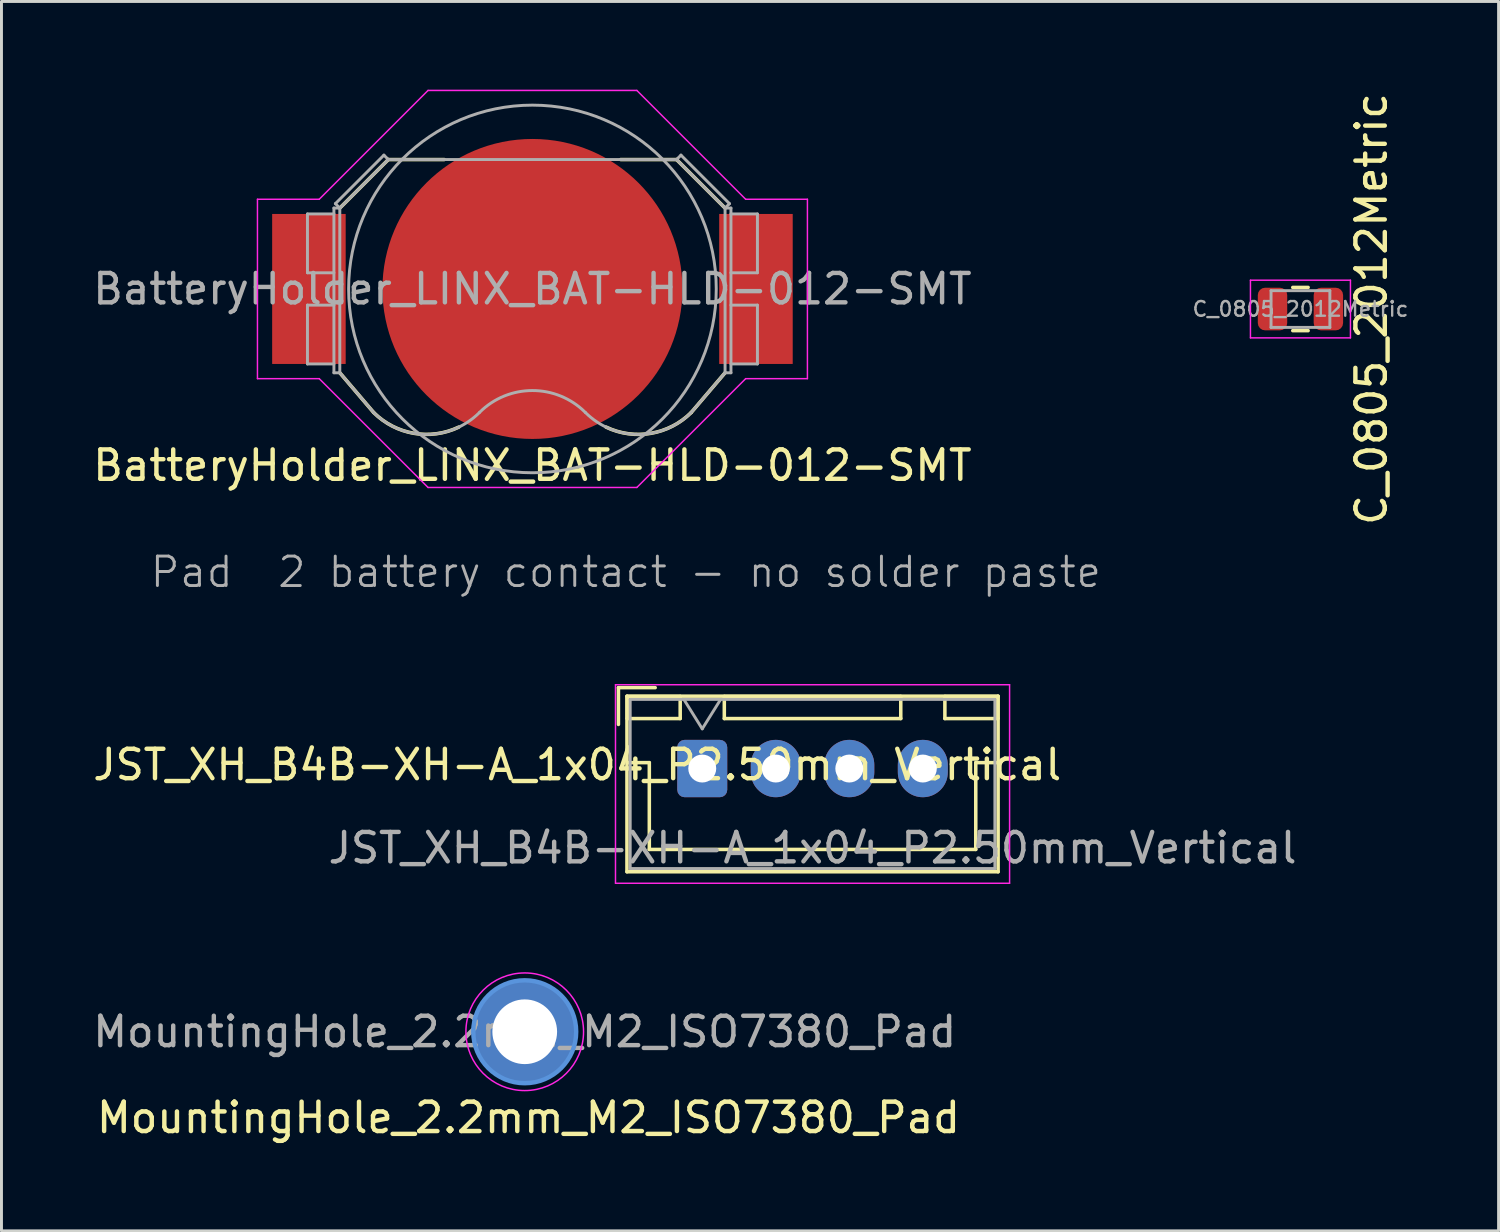
<source format=kicad_pcb>
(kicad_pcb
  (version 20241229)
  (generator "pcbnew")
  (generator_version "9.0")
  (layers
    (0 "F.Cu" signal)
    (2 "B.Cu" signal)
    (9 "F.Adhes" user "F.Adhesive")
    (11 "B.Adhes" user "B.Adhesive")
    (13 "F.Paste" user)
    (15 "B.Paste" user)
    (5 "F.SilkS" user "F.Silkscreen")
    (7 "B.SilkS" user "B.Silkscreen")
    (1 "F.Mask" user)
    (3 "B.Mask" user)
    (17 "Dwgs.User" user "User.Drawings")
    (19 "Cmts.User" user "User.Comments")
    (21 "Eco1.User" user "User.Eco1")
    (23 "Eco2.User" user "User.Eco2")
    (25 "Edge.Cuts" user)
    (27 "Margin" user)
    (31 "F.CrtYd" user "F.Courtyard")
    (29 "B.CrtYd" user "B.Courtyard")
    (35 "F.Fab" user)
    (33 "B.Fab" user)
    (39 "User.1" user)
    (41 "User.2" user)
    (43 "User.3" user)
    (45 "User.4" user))
  (footprint "MountingHole_2.2mm_M2_ISO7380_Pad"
    (layer "F.Cu")
    (at 14.792 32.032)
    (property "Reference" "MountingHole_2.2mm_M2_ISO7380_Pad" (at 0.127 2.921 0) (layer "F.SilkS") (effects (font (size 1 1) (thickness 0.15))))
    (attr exclude_from_pos_files)
    (fp_circle (center 0 0) (end 1.75 0) (stroke (width 0.15) (type solid)) (fill no) (layer "Cmts.User"))
    (fp_circle (center 0 0) (end 2 0) (stroke (width 0.05) (type solid)) (fill no) (layer "F.CrtYd"))
    (fp_text user "${REFERENCE}" (at 0 0 0) (layer "F.Fab") (effects (font (size 1 1) (thickness 0.15))))
    (pad "1" thru_hole circle (at 0 0) (size 3.5 3.5) (drill 2.2) (layers "*.Cu" "*.Mask")))
  (footprint "C_0805_2012Metric"
    (layer "F.Cu")
    (at 41.168 7.458)
    (property "Reference" "C_0805_2012Metric" (at 2.413 0 90) (layer "F.SilkS") (effects (font (size 1 1) (thickness 0.15))))
    (attr smd)
    (fp_line (start -0.261 -0.735) (end 0.261 -0.735) (stroke (width 0.12) (type solid)) (layer "F.SilkS"))
    (fp_line (start -0.261 0.735) (end 0.261 0.735) (stroke (width 0.12) (type solid)) (layer "F.SilkS"))
    (fp_line (start -1.7 -0.98) (end 1.7 -0.98) (stroke (width 0.05) (type solid)) (layer "F.CrtYd"))
    (fp_line (start -1.7 0.98) (end -1.7 -0.98) (stroke (width 0.05) (type solid)) (layer "F.CrtYd"))
    (fp_line (start 1.7 -0.98) (end 1.7 0.98) (stroke (width 0.05) (type solid)) (layer "F.CrtYd"))
    (fp_line (start 1.7 0.98) (end -1.7 0.98) (stroke (width 0.05) (type solid)) (layer "F.CrtYd"))
    (fp_line (start -1 -0.625) (end 1 -0.625) (stroke (width 0.1) (type solid)) (layer "F.Fab"))
    (fp_line (start -1 0.625) (end -1 -0.625) (stroke (width 0.1) (type solid)) (layer "F.Fab"))
    (fp_line (start 1 -0.625) (end 1 0.625) (stroke (width 0.1) (type solid)) (layer "F.Fab"))
    (fp_line (start 1 0.625) (end -1 0.625) (stroke (width 0.1) (type solid)) (layer "F.Fab"))
    (fp_text user "${REFERENCE}" (at 0 0 180) (layer "F.Fab") (effects (font (size 0.5 0.5) (thickness 0.08))))
    (pad "1" smd roundrect (at -0.95 0) (size 1 1.45) (layers "F.Cu" "F.Mask" "F.Paste") (roundrect_rratio 0.25))
    (pad "2" smd roundrect (at 0.95 0) (size 1 1.45) (layers "F.Cu" "F.Mask" "F.Paste") (roundrect_rratio 0.25)))
  (footprint "BatteryHolder_LINX_BAT-HLD-012-SMT"
    (layer "F.Cu")
    (at 15.054 6.775)
    (property "Reference" "BatteryHolder_LINX_BAT-HLD-012-SMT" (at 0 6 0) (layer "F.SilkS") (effects (font (size 1 1) (thickness 0.15))))
    (attr smd)
    (fp_line (start -6.55 -2.75) (end -4.9 -4.4) (stroke (width 0.12) (type solid)) (layer "F.SilkS"))
    (fp_line (start -6.55 2.85) (end -5.4 4.2) (stroke (width 0.12) (type solid)) (layer "F.SilkS"))
    (fp_line (start -4.9 -4.4) (end -3 -4.4) (stroke (width 0.12) (type solid)) (layer "F.SilkS"))
    (fp_line (start 4.9 -4.4) (end 3 -4.4) (stroke (width 0.12) (type solid)) (layer "F.SilkS"))
    (fp_line (start 4.9 -4.4) (end 6.55 -2.75) (stroke (width 0.12) (type solid)) (layer "F.SilkS"))
    (fp_line (start 6.55 2.85) (end 5.4 4.2) (stroke (width 0.12) (type solid)) (layer "F.SilkS"))
    (fp_arc (start -2.504098 4.697607) (mid -4.031094 4.908816) (end -5.4 4.2) (stroke (width 0.12) (type solid)) (layer "F.SilkS"))
    (fp_arc (start 5.4 4.2) (mid 4.029781 4.909041) (end 2.501694 4.696459) (stroke (width 0.12) (type solid)) (layer "F.SilkS"))
    (fp_line (start -9.35 -3.05) (end -7.25 -3.05) (stroke (width 0.05) (type solid)) (layer "F.CrtYd"))
    (fp_line (start -9.35 3.05) (end -9.35 -3.05) (stroke (width 0.05) (type solid)) (layer "F.CrtYd"))
    (fp_line (start -9.35 3.05) (end -7.25 3.05) (stroke (width 0.05) (type solid)) (layer "F.CrtYd"))
    (fp_line (start -7.25 -3.05) (end -3.55 -6.75) (stroke (width 0.05) (type solid)) (layer "F.CrtYd"))
    (fp_line (start -3.55 -6.75) (end 3.55 -6.75) (stroke (width 0.05) (type solid)) (layer "F.CrtYd"))
    (fp_line (start -3.55 6.75) (end -7.25 3.05) (stroke (width 0.05) (type solid)) (layer "F.CrtYd"))
    (fp_line (start -3.55 6.75) (end 3.55 6.75) (stroke (width 0.05) (type solid)) (layer "F.CrtYd"))
    (fp_line (start 3.55 -6.75) (end 7.25 -3.05) (stroke (width 0.05) (type solid)) (layer "F.CrtYd"))
    (fp_line (start 3.55 6.75) (end 7.25 3.05) (stroke (width 0.05) (type solid)) (layer "F.CrtYd"))
    (fp_line (start 7.25 -3.05) (end 9.35 -3.05) (stroke (width 0.05) (type solid)) (layer "F.CrtYd"))
    (fp_line (start 9.35 -3.05) (end 9.35 3.05) (stroke (width 0.05) (type solid)) (layer "F.CrtYd"))
    (fp_line (start 9.35 3.05) (end 7.25 3.05) (stroke (width 0.05) (type solid)) (layer "F.CrtYd"))
    (fp_line (start -7.65 -2.55) (end -7.65 -0.55) (stroke (width 0.1) (type solid)) (layer "F.Fab"))
    (fp_line (start -7.65 -2.55) (end -6.75 -2.55) (stroke (width 0.1) (type solid)) (layer "F.Fab"))
    (fp_line (start -7.65 -0.55) (end -6.75 -0.55) (stroke (width 0.1) (type solid)) (layer "F.Fab"))
    (fp_line (start -7.65 0.55) (end -7.65 2.55) (stroke (width 0.1) (type solid)) (layer "F.Fab"))
    (fp_line (start -7.65 2.55) (end -6.75 2.55) (stroke (width 0.1) (type solid)) (layer "F.Fab"))
    (fp_line (start -6.75 -2.75) (end -6.55 -2.75) (stroke (width 0.1) (type solid)) (layer "F.Fab"))
    (fp_line (start -6.75 0.55) (end -7.65 0.55) (stroke (width 0.1) (type solid)) (layer "F.Fab"))
    (fp_line (start -6.75 2.85) (end -6.75 -2.75) (stroke (width 0.1) (type solid)) (layer "F.Fab"))
    (fp_line (start -6.75 2.85) (end -6.55 2.85) (stroke (width 0.1) (type solid)) (layer "F.Fab"))
    (fp_line (start -6.7 -2.9) (end -5.05 -4.55) (stroke (width 0.1) (type solid)) (layer "F.Fab"))
    (fp_line (start -6.55 -2.75) (end -6.7 -2.9) (stroke (width 0.1) (type solid)) (layer "F.Fab"))
    (fp_line (start -6.55 -2.75) (end -4.9 -4.4) (stroke (width 0.1) (type solid)) (layer "F.Fab"))
    (fp_line (start -6.55 2.85) (end -6.55 -2.75) (stroke (width 0.1) (type solid)) (layer "F.Fab"))
    (fp_line (start -6.55 2.85) (end -5.4 4.2) (stroke (width 0.1) (type solid)) (layer "F.Fab"))
    (fp_line (start -5.05 -4.55) (end -4.9 -4.4) (stroke (width 0.1) (type solid)) (layer "F.Fab"))
    (fp_line (start 4.9 -4.4) (end -4.9 -4.4) (stroke (width 0.1) (type solid)) (layer "F.Fab"))
    (fp_line (start 5.05 -4.55) (end 4.9 -4.4) (stroke (width 0.1) (type solid)) (layer "F.Fab"))
    (fp_line (start 6.55 -2.75) (end 4.9 -4.4) (stroke (width 0.1) (type solid)) (layer "F.Fab"))
    (fp_line (start 6.55 -2.75) (end 6.7 -2.9) (stroke (width 0.1) (type solid)) (layer "F.Fab"))
    (fp_line (start 6.55 -2.75) (end 6.75 -2.75) (stroke (width 0.1) (type solid)) (layer "F.Fab"))
    (fp_line (start 6.55 2.85) (end 5.4 4.2) (stroke (width 0.1) (type solid)) (layer "F.Fab"))
    (fp_line (start 6.55 2.85) (end 6.55 -2.75) (stroke (width 0.1) (type solid)) (layer "F.Fab"))
    (fp_line (start 6.7 -2.9) (end 5.05 -4.55) (stroke (width 0.1) (type solid)) (layer "F.Fab"))
    (fp_line (start 6.75 -0.55) (end 7.65 -0.55) (stroke (width 0.1) (type solid)) (layer "F.Fab"))
    (fp_line (start 6.75 2.55) (end 7.65 2.55) (stroke (width 0.1) (type solid)) (layer "F.Fab"))
    (fp_line (start 6.75 2.85) (end 6.55 2.85) (stroke (width 0.1) (type solid)) (layer "F.Fab"))
    (fp_line (start 6.75 2.85) (end 6.75 -2.75) (stroke (width 0.1) (type solid)) (layer "F.Fab"))
    (fp_line (start 7.65 -2.55) (end 6.75 -2.55) (stroke (width 0.1) (type solid)) (layer "F.Fab"))
    (fp_line (start 7.65 -0.55) (end 7.65 -2.55) (stroke (width 0.1) (type solid)) (layer "F.Fab"))
    (fp_line (start 7.65 0.55) (end 6.75 0.55) (stroke (width 0.1) (type solid)) (layer "F.Fab"))
    (fp_line (start 7.65 2.55) (end 7.65 0.55) (stroke (width 0.1) (type solid)) (layer "F.Fab"))
    (fp_arc (start -1.8 4.2) (mid -3.6 4.945584) (end -5.4 4.2) (stroke (width 0.1) (type solid)) (layer "F.Fab"))
    (fp_arc (start -1.8 4.2) (mid 0 3.454416) (end 1.8 4.2) (stroke (width 0.1) (type solid)) (layer "F.Fab"))
    (fp_arc (start 5.4 4.2) (mid 3.6 4.945584) (end 1.8 4.2) (stroke (width 0.1) (type solid)) (layer "F.Fab"))
    (fp_circle (center 0 0) (end -6.25 0) (stroke (width 0.1) (type solid)) (fill no) (layer "F.Fab"))
    (fp_text user "Pad  2 battery contact - no solder paste" (at -13.056 10.211 0) (unlocked yes) (layer "F.Fab") (effects (font (size 1 1) (thickness 0.1)) (justify left bottom)))
    (fp_text user "${REFERENCE}" (at 0 0 0) (layer "F.Fab") (effects (font (size 1 1) (thickness 0.15))))
    (pad "1" smd rect (at -7.6 0) (size 2.5 5.1) (layers "F.Cu" "F.Mask" "F.Paste"))
    (pad "1" smd rect (at 7.6 0) (size 2.5 5.1) (layers "F.Cu" "F.Mask" "F.Paste"))
    (pad "2" smd circle (at 0 0) (size 10.2 10.2) (layers "F.Cu" "F.Mask")))
  (footprint "JST_XH_B4B-XH-A_1x04_P2.50mm_Vertical"
    (layer "F.Cu")
    (at 20.828 23.082)
    (property "Reference" "JST_XH_B4B-XH-A_1x04_P2.50mm_Vertical" (at -4.251 -0.127 180) (layer "F.SilkS") (effects (font (size 1 1) (thickness 0.15))))
    (attr through_hole)
    (fp_line (start -2.85 -2.75) (end -2.85 -1.5) (stroke (width 0.12) (type solid)) (layer "F.SilkS"))
    (fp_line (start -2.56 -2.46) (end -2.56 3.51) (stroke (width 0.12) (type solid)) (layer "F.SilkS"))
    (fp_line (start -2.56 3.51) (end 10.06 3.51) (stroke (width 0.12) (type solid)) (layer "F.SilkS"))
    (fp_line (start -2.55 -2.45) (end -2.55 -1.7) (stroke (width 0.12) (type solid)) (layer "F.SilkS"))
    (fp_line (start -2.55 -1.7) (end -0.75 -1.7) (stroke (width 0.12) (type solid)) (layer "F.SilkS"))
    (fp_line (start -2.55 -0.2) (end -1.8 -0.2) (stroke (width 0.12) (type solid)) (layer "F.SilkS"))
    (fp_line (start -1.8 -0.2) (end -1.8 2.75) (stroke (width 0.12) (type solid)) (layer "F.SilkS"))
    (fp_line (start -1.8 2.75) (end 3.75 2.75) (stroke (width 0.12) (type solid)) (layer "F.SilkS"))
    (fp_line (start -1.6 -2.75) (end -2.85 -2.75) (stroke (width 0.12) (type solid)) (layer "F.SilkS"))
    (fp_line (start -0.75 -2.45) (end -2.55 -2.45) (stroke (width 0.12) (type solid)) (layer "F.SilkS"))
    (fp_line (start -0.75 -1.7) (end -0.75 -2.45) (stroke (width 0.12) (type solid)) (layer "F.SilkS"))
    (fp_line (start 0.75 -2.45) (end 0.75 -1.7) (stroke (width 0.12) (type solid)) (layer "F.SilkS"))
    (fp_line (start 0.75 -1.7) (end 6.75 -1.7) (stroke (width 0.12) (type solid)) (layer "F.SilkS"))
    (fp_line (start 6.75 -2.45) (end 0.75 -2.45) (stroke (width 0.12) (type solid)) (layer "F.SilkS"))
    (fp_line (start 6.75 -1.7) (end 6.75 -2.45) (stroke (width 0.12) (type solid)) (layer "F.SilkS"))
    (fp_line (start 8.25 -2.45) (end 8.25 -1.7) (stroke (width 0.12) (type solid)) (layer "F.SilkS"))
    (fp_line (start 8.25 -1.7) (end 10.05 -1.7) (stroke (width 0.12) (type solid)) (layer "F.SilkS"))
    (fp_line (start 9.3 -0.2) (end 9.3 2.75) (stroke (width 0.12) (type solid)) (layer "F.SilkS"))
    (fp_line (start 9.3 2.75) (end 3.75 2.75) (stroke (width 0.12) (type solid)) (layer "F.SilkS"))
    (fp_line (start 10.05 -2.45) (end 8.25 -2.45) (stroke (width 0.12) (type solid)) (layer "F.SilkS"))
    (fp_line (start 10.05 -1.7) (end 10.05 -2.45) (stroke (width 0.12) (type solid)) (layer "F.SilkS"))
    (fp_line (start 10.05 -0.2) (end 9.3 -0.2) (stroke (width 0.12) (type solid)) (layer "F.SilkS"))
    (fp_line (start 10.06 -2.46) (end -2.56 -2.46) (stroke (width 0.12) (type solid)) (layer "F.SilkS"))
    (fp_line (start 10.06 3.51) (end 10.06 -2.46) (stroke (width 0.12) (type solid)) (layer "F.SilkS"))
    (fp_line (start -2.95 -2.85) (end -2.95 3.9) (stroke (width 0.05) (type solid)) (layer "F.CrtYd"))
    (fp_line (start -2.95 3.9) (end 10.45 3.9) (stroke (width 0.05) (type solid)) (layer "F.CrtYd"))
    (fp_line (start 10.45 -2.85) (end -2.95 -2.85) (stroke (width 0.05) (type solid)) (layer "F.CrtYd"))
    (fp_line (start 10.45 3.9) (end 10.45 -2.85) (stroke (width 0.05) (type solid)) (layer "F.CrtYd"))
    (fp_line (start -2.45 -2.35) (end -2.45 3.4) (stroke (width 0.1) (type solid)) (layer "F.Fab"))
    (fp_line (start -2.45 3.4) (end 9.95 3.4) (stroke (width 0.1) (type solid)) (layer "F.Fab"))
    (fp_line (start -0.625 -2.35) (end 0 -1.35) (stroke (width 0.1) (type solid)) (layer "F.Fab"))
    (fp_line (start 0 -1.35) (end 0.625 -2.35) (stroke (width 0.1) (type solid)) (layer "F.Fab"))
    (fp_line (start 9.95 -2.35) (end -2.45 -2.35) (stroke (width 0.1) (type solid)) (layer "F.Fab"))
    (fp_line (start 9.95 3.4) (end 9.95 -2.35) (stroke (width 0.1) (type solid)) (layer "F.Fab"))
    (fp_text user "${REFERENCE}" (at 3.75 2.7 180) (layer "F.Fab") (effects (font (size 1 1) (thickness 0.15))))
    (pad "1" thru_hole roundrect (at 0 0) (size 1.7 1.95) (drill 0.95) (layers "*.Cu" "*.Mask") (roundrect_rratio 0.147))
    (pad "2" thru_hole oval (at 2.5 0) (size 1.7 1.95) (drill 0.95) (layers "*.Cu" "*.Mask"))
    (pad "3" thru_hole oval (at 5 0) (size 1.7 1.95) (drill 0.95) (layers "*.Cu" "*.Mask"))
    (pad "4" thru_hole oval (at 7.5 0) (size 1.7 1.95) (drill 0.95) (layers "*.Cu" "*.Mask")))
  (gr_rect
    (start -3 -3)
    (end 47.905 38.801)
    (stroke (width 0.1) (type default))
    (fill no)
    (layer "Edge.Cuts")))
</source>
